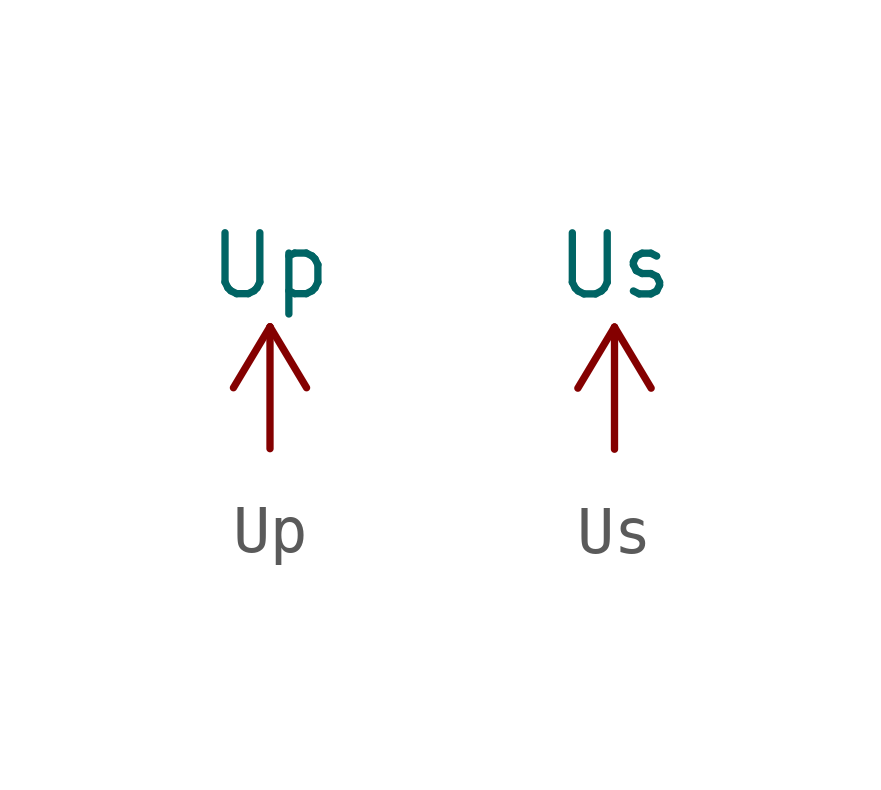
<source format=kicad_sym>
(kicad_symbol_lib
  (version 20211014)
  (generator kicad_symbol_editor)
  (symbol "Up"
    (power)
    (pin_names
      (offset 0))
    (property "Reference" "#PWR"
      (at 0 -3.81 0)
      (effects (font (size 1.27 1.27)) hide))
    (property "Value" "Up"
      (at 0 3.81 0)
      (effects (font (size 1.27 1.27))))
    (symbol "Up_0_1"
      (polyline (pts (xy -0.762 1.27) (xy 0 2.54)) (stroke (width 0) (type default) (color 0 0 0 0)) (fill (type none)))
      (polyline (pts (xy 0 0) (xy 0 2.54)) (stroke (width 0) (type default) (color 0 0 0 0)) (fill (type none)))
      (polyline (pts (xy 0 2.54) (xy 0.762 1.27)) (stroke (width 0) (type default) (color 0 0 0 0)) (fill (type none))))
    (symbol "Up_1_1"
      (pin power_in line (at 0 0 90) (length 0) hide (name "Up" (effects (font (size 1.27 1.27)))) (number "1" (effects (font (size 1.27 1.27)))))))
  (symbol "Us"
    (power)
    (pin_names
      (offset 0))
    (property "Reference" "#PWR"
      (at 0 -3.81 0)
      (effects (font (size 1.27 1.27)) hide))
    (property "Value" "Us"
      (at 0 3.81 0)
      (effects (font (size 1.27 1.27))))
    (symbol "Us_0_1"
      (polyline (pts (xy -0.762 1.27) (xy 0 2.54)) (stroke (width 0) (type default) (color 0 0 0 0)) (fill (type none)))
      (polyline (pts (xy 0 0) (xy 0 2.54)) (stroke (width 0) (type default) (color 0 0 0 0)) (fill (type none)))
      (polyline (pts (xy 0 2.54) (xy 0.762 1.27)) (stroke (width 0) (type default) (color 0 0 0 0)) (fill (type none))))
    (symbol "Us_1_1"
      (pin power_in line (at 0 0 90) (length 0) hide (name "Us" (effects (font (size 1.27 1.27)))) (number "1" (effects (font (size 1.27 1.27))))))))
</source>
